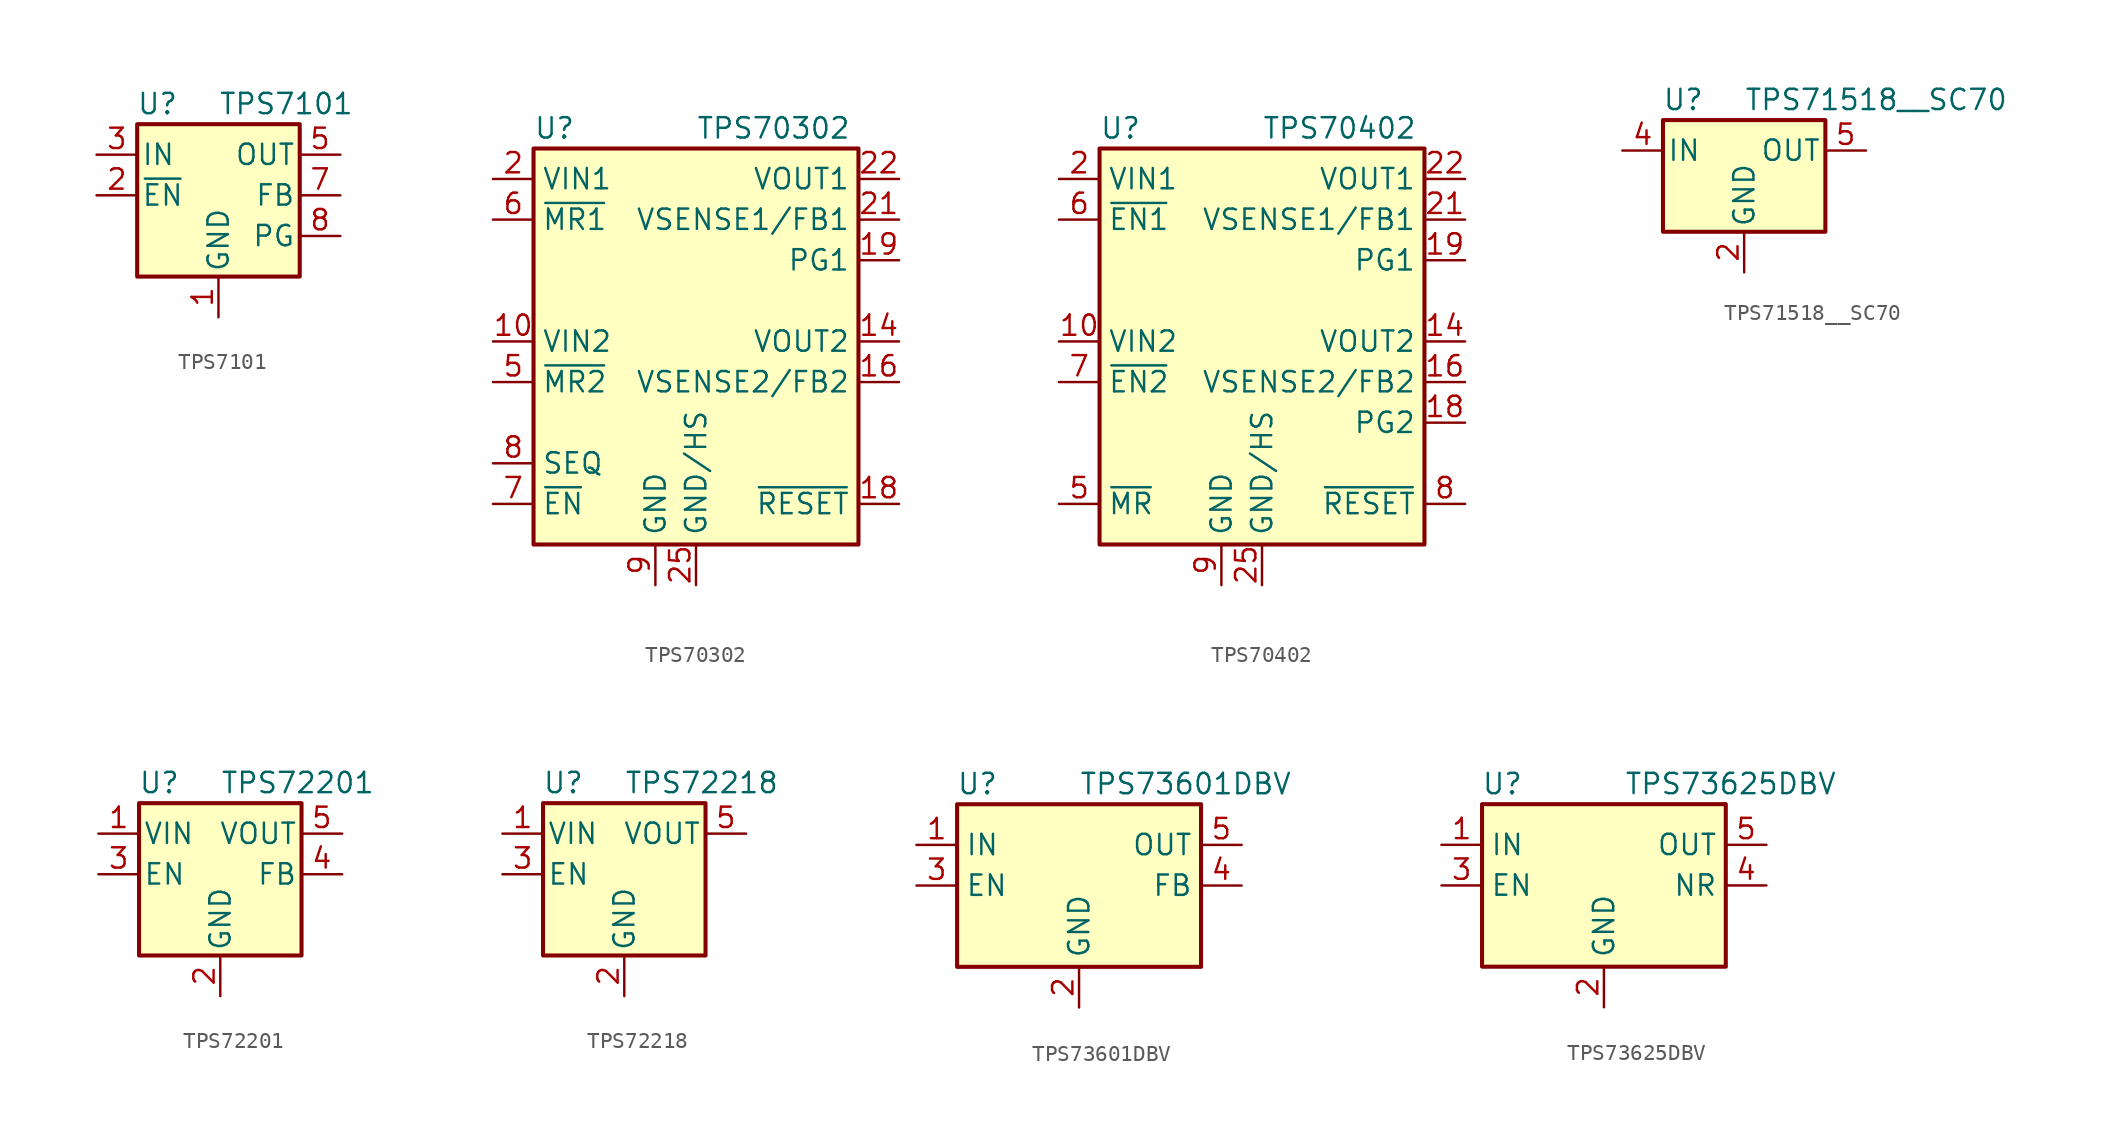
<source format=kicad_sym>
(kicad_symbol_lib
  (version 20211014)
  (generator kicad_symbol_editor)
  (symbol "TPS7101"
    (pin_names
      (offset 0.254))
    (property "Reference" "U"
      (at -3.81 5.715 0)
      (effects (font (size 1.27 1.27))))
    (property "Value" "TPS7101"
      (at 0 5.715 0)
      (effects (font (size 1.27 1.27)) (justify left)))
    (symbol "TPS7101_0_1"
      (rectangle (start -5.08 4.445) (end 5.08 -5.08) (stroke (width 0.254) (type default) (color 0 0 0 0)) (fill (type background))))
    (symbol "TPS7101_1_1"
      (pin power_in line (at 0 -7.62 90) (length 2.54) (name "GND" (effects (font (size 1.27 1.27)))) (number "1" (effects (font (size 1.27 1.27)))))
      (pin input line (at -7.62 0 0) (length 2.54) (name "~{EN}" (effects (font (size 1.27 1.27)))) (number "2" (effects (font (size 1.27 1.27)))))
      (pin power_in line (at -7.62 2.54 0) (length 2.54) (name "IN" (effects (font (size 1.27 1.27)))) (number "3" (effects (font (size 1.27 1.27)))))
      (pin passive line (at -7.62 2.54 0) (length 2.54) hide (name "IN" (effects (font (size 1.27 1.27)))) (number "4" (effects (font (size 1.27 1.27)))))
      (pin power_out line (at 7.62 2.54 180) (length 2.54) (name "OUT" (effects (font (size 1.27 1.27)))) (number "5" (effects (font (size 1.27 1.27)))))
      (pin passive line (at 7.62 2.54 180) (length 2.54) hide (name "OUT" (effects (font (size 1.27 1.27)))) (number "6" (effects (font (size 1.27 1.27)))))
      (pin input line (at 7.62 0 180) (length 2.54) (name "FB" (effects (font (size 1.27 1.27)))) (number "7" (effects (font (size 1.27 1.27)))))
      (pin output line (at 7.62 -2.54 180) (length 2.54) (name "PG" (effects (font (size 1.27 1.27)))) (number "8" (effects (font (size 1.27 1.27)))))))
  (symbol "TPS70302"
    (property "Reference" "U"
      (at -10.16 13.335 0)
      (effects (font (size 1.27 1.27)) (justify left)))
    (property "Value" "TPS70302"
      (at 0 13.335 0)
      (effects (font (size 1.27 1.27)) (justify left)))
    (symbol "TPS70302_0_1"
      (rectangle (start -10.16 12.065) (end 10.16 -12.7) (stroke (width 0.254) (type default) (color 0 0 0 0)) (fill (type background))))
    (symbol "TPS70302_1_1"
      (pin passive line (at 0 -15.24 90) (length 2.54) hide (name "GND/HS" (effects (font (size 1.27 1.27)))) (number "1" (effects (font (size 1.27 1.27)))))
      (pin power_in line (at -12.7 0 0) (length 2.54) (name "VIN2" (effects (font (size 1.27 1.27)))) (number "10" (effects (font (size 1.27 1.27)))))
      (pin passive line (at -12.7 0 0) (length 2.54) hide (name "VIN2" (effects (font (size 1.27 1.27)))) (number "11" (effects (font (size 1.27 1.27)))))
      (pin passive line (at 0 -15.24 90) (length 2.54) hide (name "GND/HS" (effects (font (size 1.27 1.27)))) (number "12" (effects (font (size 1.27 1.27)))))
      (pin passive line (at 0 -15.24 90) (length 2.54) hide (name "GND/HS" (effects (font (size 1.27 1.27)))) (number "13" (effects (font (size 1.27 1.27)))))
      (pin power_out line (at 12.7 0 180) (length 2.54) (name "VOUT2" (effects (font (size 1.27 1.27)))) (number "14" (effects (font (size 1.27 1.27)))))
      (pin passive line (at 12.7 0 180) (length 2.54) hide (name "VOUT2" (effects (font (size 1.27 1.27)))) (number "15" (effects (font (size 1.27 1.27)))))
      (pin input line (at 12.7 -2.54 180) (length 2.54) (name "VSENSE2/FB2" (effects (font (size 1.27 1.27)))) (number "16" (effects (font (size 1.27 1.27)))))
      (pin no_connect line (at -10.16 2.54 0) (length 2.54) hide (name "NC" (effects (font (size 1.27 1.27)))) (number "17" (effects (font (size 1.27 1.27)))))
      (pin open_collector line (at 12.7 -10.16 180) (length 2.54) (name "~{RESET}" (effects (font (size 1.27 1.27)))) (number "18" (effects (font (size 1.27 1.27)))))
      (pin open_collector line (at 12.7 5.08 180) (length 2.54) (name "PG1" (effects (font (size 1.27 1.27)))) (number "19" (effects (font (size 1.27 1.27)))))
      (pin power_in line (at -12.7 10.16 0) (length 2.54) (name "VIN1" (effects (font (size 1.27 1.27)))) (number "2" (effects (font (size 1.27 1.27)))))
      (pin no_connect line (at -10.16 -5.08 0) (length 2.54) hide (name "NC" (effects (font (size 1.27 1.27)))) (number "20" (effects (font (size 1.27 1.27)))))
      (pin input line (at 12.7 7.62 180) (length 2.54) (name "VSENSE1/FB1" (effects (font (size 1.27 1.27)))) (number "21" (effects (font (size 1.27 1.27)))))
      (pin power_out line (at 12.7 10.16 180) (length 2.54) (name "VOUT1" (effects (font (size 1.27 1.27)))) (number "22" (effects (font (size 1.27 1.27)))))
      (pin passive line (at 12.7 10.16 180) (length 2.54) hide (name "VOUT1" (effects (font (size 1.27 1.27)))) (number "23" (effects (font (size 1.27 1.27)))))
      (pin passive line (at 0 -15.24 90) (length 2.54) hide (name "GND/HS" (effects (font (size 1.27 1.27)))) (number "24" (effects (font (size 1.27 1.27)))))
      (pin power_in line (at 0 -15.24 90) (length 2.54) (name "GND/HS" (effects (font (size 1.27 1.27)))) (number "25" (effects (font (size 1.27 1.27)))))
      (pin passive line (at -12.7 10.16 0) (length 2.54) hide (name "VIN1" (effects (font (size 1.27 1.27)))) (number "3" (effects (font (size 1.27 1.27)))))
      (pin no_connect line (at -10.16 5.08 0) (length 2.54) hide (name "NC" (effects (font (size 1.27 1.27)))) (number "4" (effects (font (size 1.27 1.27)))))
      (pin input line (at -12.7 -2.54 0) (length 2.54) (name "~{MR2}" (effects (font (size 1.27 1.27)))) (number "5" (effects (font (size 1.27 1.27)))))
      (pin input line (at -12.7 7.62 0) (length 2.54) (name "~{MR1}" (effects (font (size 1.27 1.27)))) (number "6" (effects (font (size 1.27 1.27)))))
      (pin input line (at -12.7 -10.16 0) (length 2.54) (name "~{EN}" (effects (font (size 1.27 1.27)))) (number "7" (effects (font (size 1.27 1.27)))))
      (pin input line (at -12.7 -7.62 0) (length 2.54) (name "SEQ" (effects (font (size 1.27 1.27)))) (number "8" (effects (font (size 1.27 1.27)))))
      (pin power_in line (at -2.54 -15.24 90) (length 2.54) (name "GND" (effects (font (size 1.27 1.27)))) (number "9" (effects (font (size 1.27 1.27)))))))
  (symbol "TPS70402"
    (property "Reference" "U"
      (at -10.16 13.335 0)
      (effects (font (size 1.27 1.27)) (justify left)))
    (property "Value" "TPS70402"
      (at 0 13.335 0)
      (effects (font (size 1.27 1.27)) (justify left)))
    (symbol "TPS70402_0_1"
      (rectangle (start -10.16 12.065) (end 10.16 -12.7) (stroke (width 0.254) (type default) (color 0 0 0 0)) (fill (type background))))
    (symbol "TPS70402_1_1"
      (pin passive line (at 0 -15.24 90) (length 2.54) hide (name "GND/HS" (effects (font (size 1.27 1.27)))) (number "1" (effects (font (size 1.27 1.27)))))
      (pin power_in line (at -12.7 0 0) (length 2.54) (name "VIN2" (effects (font (size 1.27 1.27)))) (number "10" (effects (font (size 1.27 1.27)))))
      (pin passive line (at -12.7 0 0) (length 2.54) hide (name "VIN2" (effects (font (size 1.27 1.27)))) (number "11" (effects (font (size 1.27 1.27)))))
      (pin passive line (at 0 -15.24 90) (length 2.54) hide (name "GND/HS" (effects (font (size 1.27 1.27)))) (number "12" (effects (font (size 1.27 1.27)))))
      (pin passive line (at 0 -15.24 90) (length 2.54) hide (name "GND/HS" (effects (font (size 1.27 1.27)))) (number "13" (effects (font (size 1.27 1.27)))))
      (pin power_out line (at 12.7 0 180) (length 2.54) (name "VOUT2" (effects (font (size 1.27 1.27)))) (number "14" (effects (font (size 1.27 1.27)))))
      (pin passive line (at 12.7 0 180) (length 2.54) hide (name "VOUT2" (effects (font (size 1.27 1.27)))) (number "15" (effects (font (size 1.27 1.27)))))
      (pin input line (at 12.7 -2.54 180) (length 2.54) (name "VSENSE2/FB2" (effects (font (size 1.27 1.27)))) (number "16" (effects (font (size 1.27 1.27)))))
      (pin no_connect line (at -10.16 2.54 0) (length 2.54) hide (name "NC" (effects (font (size 1.27 1.27)))) (number "17" (effects (font (size 1.27 1.27)))))
      (pin open_collector line (at 12.7 -5.08 180) (length 2.54) (name "PG2" (effects (font (size 1.27 1.27)))) (number "18" (effects (font (size 1.27 1.27)))))
      (pin open_collector line (at 12.7 5.08 180) (length 2.54) (name "PG1" (effects (font (size 1.27 1.27)))) (number "19" (effects (font (size 1.27 1.27)))))
      (pin power_in line (at -12.7 10.16 0) (length 2.54) (name "VIN1" (effects (font (size 1.27 1.27)))) (number "2" (effects (font (size 1.27 1.27)))))
      (pin no_connect line (at -10.16 -5.08 0) (length 2.54) hide (name "NC" (effects (font (size 1.27 1.27)))) (number "20" (effects (font (size 1.27 1.27)))))
      (pin input line (at 12.7 7.62 180) (length 2.54) (name "VSENSE1/FB1" (effects (font (size 1.27 1.27)))) (number "21" (effects (font (size 1.27 1.27)))))
      (pin power_out line (at 12.7 10.16 180) (length 2.54) (name "VOUT1" (effects (font (size 1.27 1.27)))) (number "22" (effects (font (size 1.27 1.27)))))
      (pin passive line (at 12.7 10.16 180) (length 2.54) hide (name "VOUT1" (effects (font (size 1.27 1.27)))) (number "23" (effects (font (size 1.27 1.27)))))
      (pin passive line (at 0 -15.24 90) (length 2.54) hide (name "GND/HS" (effects (font (size 1.27 1.27)))) (number "24" (effects (font (size 1.27 1.27)))))
      (pin power_in line (at 0 -15.24 90) (length 2.54) (name "GND/HS" (effects (font (size 1.27 1.27)))) (number "25" (effects (font (size 1.27 1.27)))))
      (pin passive line (at -12.7 10.16 0) (length 2.54) hide (name "VIN1" (effects (font (size 1.27 1.27)))) (number "3" (effects (font (size 1.27 1.27)))))
      (pin no_connect line (at -10.16 5.08 0) (length 2.54) hide (name "NC" (effects (font (size 1.27 1.27)))) (number "4" (effects (font (size 1.27 1.27)))))
      (pin input line (at -12.7 -10.16 0) (length 2.54) (name "~{MR}" (effects (font (size 1.27 1.27)))) (number "5" (effects (font (size 1.27 1.27)))))
      (pin input line (at -12.7 7.62 0) (length 2.54) (name "~{EN1}" (effects (font (size 1.27 1.27)))) (number "6" (effects (font (size 1.27 1.27)))))
      (pin input line (at -12.7 -2.54 0) (length 2.54) (name "~{EN2}" (effects (font (size 1.27 1.27)))) (number "7" (effects (font (size 1.27 1.27)))))
      (pin open_collector line (at 12.7 -10.16 180) (length 2.54) (name "~{RESET}" (effects (font (size 1.27 1.27)))) (number "8" (effects (font (size 1.27 1.27)))))
      (pin power_in line (at -2.54 -15.24 90) (length 2.54) (name "GND" (effects (font (size 1.27 1.27)))) (number "9" (effects (font (size 1.27 1.27)))))))
  (symbol "TPS71518__SC70"
    (pin_names
      (offset 0.254))
    (property "Reference" "U"
      (at -3.81 3.175 0)
      (effects (font (size 1.27 1.27))))
    (property "Value" "TPS71518__SC70"
      (at 0 3.175 0)
      (effects (font (size 1.27 1.27)) (justify left)))
    (symbol "TPS71518__SC70_0_1"
      (rectangle (start -5.08 1.905) (end 5.08 -5.08) (stroke (width 0.254) (type default) (color 0 0 0 0)) (fill (type background))))
    (symbol "TPS71518__SC70_1_1"
      (pin no_connect line (at 7.62 -2.54 180) (length 2.54) hide (name "NC" (effects (font (size 1.27 1.27)))) (number "1" (effects (font (size 1.27 1.27)))))
      (pin power_in line (at 0 -7.62 90) (length 2.54) (name "GND" (effects (font (size 1.27 1.27)))) (number "2" (effects (font (size 1.27 1.27)))))
      (pin no_connect line (at -7.62 -2.54 0) (length 2.54) hide (name "NC" (effects (font (size 1.27 1.27)))) (number "3" (effects (font (size 1.27 1.27)))))
      (pin power_in line (at -7.62 0 0) (length 2.54) (name "IN" (effects (font (size 1.27 1.27)))) (number "4" (effects (font (size 1.27 1.27)))))
      (pin power_out line (at 7.62 0 180) (length 2.54) (name "OUT" (effects (font (size 1.27 1.27)))) (number "5" (effects (font (size 1.27 1.27)))))))
  (symbol "TPS72201"
    (pin_names
      (offset 0.254))
    (property "Reference" "U"
      (at -3.81 5.715 0)
      (effects (font (size 1.27 1.27))))
    (property "Value" "TPS72201"
      (at 0 5.715 0)
      (effects (font (size 1.27 1.27)) (justify left)))
    (symbol "TPS72201_0_1"
      (rectangle (start -5.08 4.445) (end 5.08 -5.08) (stroke (width 0.254) (type default) (color 0 0 0 0)) (fill (type background))))
    (symbol "TPS72201_1_1"
      (pin power_in line (at -7.62 2.54 0) (length 2.54) (name "VIN" (effects (font (size 1.27 1.27)))) (number "1" (effects (font (size 1.27 1.27)))))
      (pin power_in line (at 0 -7.62 90) (length 2.54) (name "GND" (effects (font (size 1.27 1.27)))) (number "2" (effects (font (size 1.27 1.27)))))
      (pin input line (at -7.62 0 0) (length 2.54) (name "EN" (effects (font (size 1.27 1.27)))) (number "3" (effects (font (size 1.27 1.27)))))
      (pin input line (at 7.62 0 180) (length 2.54) (name "FB" (effects (font (size 1.27 1.27)))) (number "4" (effects (font (size 1.27 1.27)))))
      (pin power_out line (at 7.62 2.54 180) (length 2.54) (name "VOUT" (effects (font (size 1.27 1.27)))) (number "5" (effects (font (size 1.27 1.27)))))))
  (symbol "TPS72218"
    (pin_names
      (offset 0.254))
    (property "Reference" "U"
      (at -3.81 5.715 0)
      (effects (font (size 1.27 1.27))))
    (property "Value" "TPS72218"
      (at 0 5.715 0)
      (effects (font (size 1.27 1.27)) (justify left)))
    (symbol "TPS72218_0_1"
      (rectangle (start -5.08 4.445) (end 5.08 -5.08) (stroke (width 0.254) (type default) (color 0 0 0 0)) (fill (type background))))
    (symbol "TPS72218_1_1"
      (pin power_in line (at -7.62 2.54 0) (length 2.54) (name "VIN" (effects (font (size 1.27 1.27)))) (number "1" (effects (font (size 1.27 1.27)))))
      (pin power_in line (at 0 -7.62 90) (length 2.54) (name "GND" (effects (font (size 1.27 1.27)))) (number "2" (effects (font (size 1.27 1.27)))))
      (pin input line (at -7.62 0 0) (length 2.54) (name "EN" (effects (font (size 1.27 1.27)))) (number "3" (effects (font (size 1.27 1.27)))))
      (pin no_connect line (at 2.54 0 180) (length 2.54) hide (name "NC" (effects (font (size 1.27 1.27)))) (number "4" (effects (font (size 1.27 1.27)))))
      (pin power_out line (at 7.62 2.54 180) (length 2.54) (name "VOUT" (effects (font (size 1.27 1.27)))) (number "5" (effects (font (size 1.27 1.27)))))))
  (symbol "TPS73601DBV"
    (property "Reference" "U"
      (at -6.35 6.35 0)
      (effects (font (size 1.27 1.27))))
    (property "Value" "TPS73601DBV"
      (at 0 6.35 0)
      (effects (font (size 1.27 1.27)) (justify left)))
    (symbol "TPS73601DBV_0_1"
      (rectangle (start -7.62 -5.08) (end 7.62 5.08) (stroke (width 0.254) (type default) (color 0 0 0 0)) (fill (type background))))
    (symbol "TPS73601DBV_1_1"
      (pin power_in line (at -10.16 2.54 0) (length 2.54) (name "IN" (effects (font (size 1.27 1.27)))) (number "1" (effects (font (size 1.27 1.27)))))
      (pin power_in line (at 0 -7.62 90) (length 2.54) (name "GND" (effects (font (size 1.27 1.27)))) (number "2" (effects (font (size 1.27 1.27)))))
      (pin input line (at -10.16 0 0) (length 2.54) (name "EN" (effects (font (size 1.27 1.27)))) (number "3" (effects (font (size 1.27 1.27)))))
      (pin input line (at 10.16 0 180) (length 2.54) (name "FB" (effects (font (size 1.27 1.27)))) (number "4" (effects (font (size 1.27 1.27)))))
      (pin power_out line (at 10.16 2.54 180) (length 2.54) (name "OUT" (effects (font (size 1.27 1.27)))) (number "5" (effects (font (size 1.27 1.27)))))))
  (symbol "TPS73625DBV"
    (property "Reference" "U"
      (at -6.35 6.35 0)
      (effects (font (size 1.27 1.27))))
    (property "Value" "TPS73625DBV"
      (at 1.27 6.35 0)
      (effects (font (size 1.27 1.27)) (justify left)))
    (symbol "TPS73625DBV_0_1"
      (rectangle (start -7.62 -5.08) (end 7.62 5.08) (stroke (width 0.254) (type default) (color 0 0 0 0)) (fill (type background))))
    (symbol "TPS73625DBV_1_1"
      (pin power_in line (at -10.16 2.54 0) (length 2.54) (name "IN" (effects (font (size 1.27 1.27)))) (number "1" (effects (font (size 1.27 1.27)))))
      (pin power_in line (at 0 -7.62 90) (length 2.54) (name "GND" (effects (font (size 1.27 1.27)))) (number "2" (effects (font (size 1.27 1.27)))))
      (pin input line (at -10.16 0 0) (length 2.54) (name "EN" (effects (font (size 1.27 1.27)))) (number "3" (effects (font (size 1.27 1.27)))))
      (pin passive line (at 10.16 0 180) (length 2.54) (name "NR" (effects (font (size 1.27 1.27)))) (number "4" (effects (font (size 1.27 1.27)))))
      (pin power_out line (at 10.16 2.54 180) (length 2.54) (name "OUT" (effects (font (size 1.27 1.27)))) (number "5" (effects (font (size 1.27 1.27))))))))
</source>
